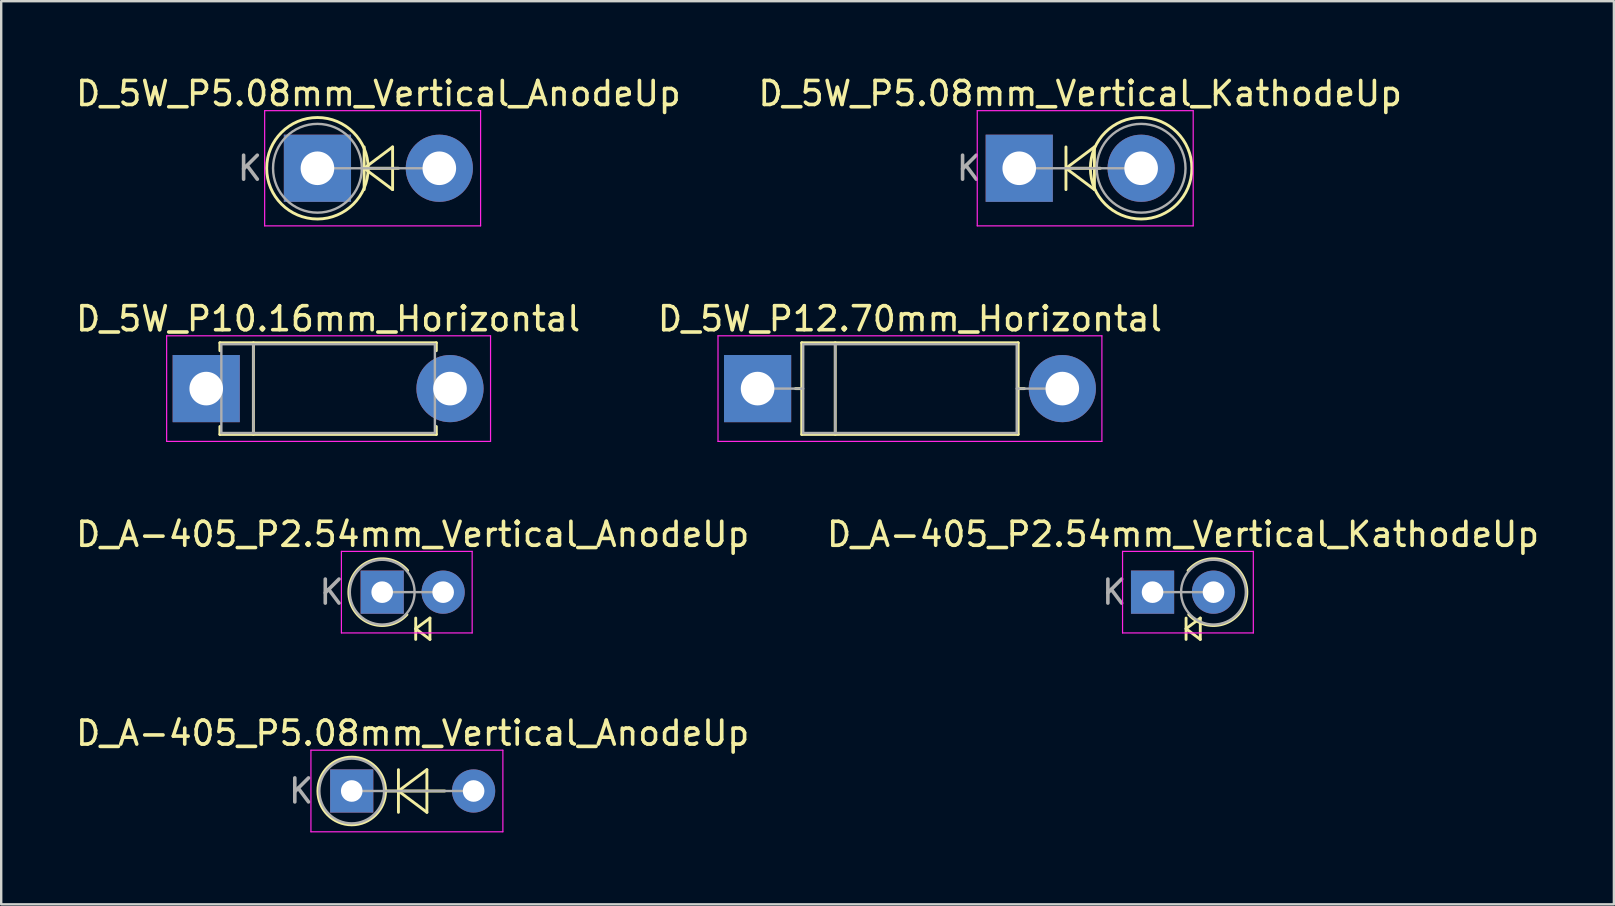
<source format=kicad_pcb>
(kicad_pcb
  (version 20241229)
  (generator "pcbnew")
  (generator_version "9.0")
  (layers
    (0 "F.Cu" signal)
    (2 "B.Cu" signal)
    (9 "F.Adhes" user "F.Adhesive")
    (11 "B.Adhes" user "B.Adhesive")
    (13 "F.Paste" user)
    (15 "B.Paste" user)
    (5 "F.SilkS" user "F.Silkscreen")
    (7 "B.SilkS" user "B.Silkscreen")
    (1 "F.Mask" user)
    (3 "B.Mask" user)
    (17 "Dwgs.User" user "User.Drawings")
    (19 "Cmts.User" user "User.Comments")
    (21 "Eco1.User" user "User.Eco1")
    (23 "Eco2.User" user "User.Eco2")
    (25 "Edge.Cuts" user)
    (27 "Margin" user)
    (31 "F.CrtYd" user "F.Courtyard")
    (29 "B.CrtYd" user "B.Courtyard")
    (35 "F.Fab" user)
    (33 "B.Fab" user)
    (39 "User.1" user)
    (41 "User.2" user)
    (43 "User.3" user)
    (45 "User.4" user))
  (footprint "D_A-405_P2.54mm_Vertical_KathodeUp"
    (layer "F.Cu")
    (at 44.986 21.63)
    (property "Reference" "D_A-405_P2.54mm_Vertical_KathodeUp" (at 1.27 -2.41 0) (layer "F.SilkS") (effects (font (size 1 1) (thickness 0.15))))
    (attr through_hole)
    (fp_line (start 1.397 1.08) (end 1.397 1.969) (stroke (width 0.12) (type solid)) (layer "F.SilkS"))
    (fp_line (start 1.397 1.524) (end 1.99 1.08) (stroke (width 0.12) (type solid)) (layer "F.SilkS"))
    (fp_line (start 1.99 1.08) (end 1.99 1.969) (stroke (width 0.12) (type solid)) (layer "F.SilkS"))
    (fp_line (start 1.99 1.969) (end 1.397 1.524) (stroke (width 0.12) (type solid)) (layer "F.SilkS"))
    (fp_arc (start 1.480189 -0.9) (mid 3.930219 -0.022126) (end 1.509367 0.933271) (stroke (width 0.12) (type solid)) (layer "F.SilkS"))
    (fp_line (start -1.25 -1.7) (end -1.25 1.7) (stroke (width 0.05) (type solid)) (layer "F.CrtYd"))
    (fp_line (start -1.25 1.7) (end 4.2 1.7) (stroke (width 0.05) (type solid)) (layer "F.CrtYd"))
    (fp_line (start 4.2 -1.7) (end -1.25 -1.7) (stroke (width 0.05) (type solid)) (layer "F.CrtYd"))
    (fp_line (start 4.2 1.7) (end 4.2 -1.7) (stroke (width 0.05) (type solid)) (layer "F.CrtYd"))
    (fp_line (start 0 0) (end 2.54 0) (stroke (width 0.1) (type solid)) (layer "F.Fab"))
    (fp_circle (center 2.54 0) (end 3.89 0) (stroke (width 0.1) (type solid)) (fill no) (layer "F.Fab"))
    (fp_text user "K" (at -1.6 0 0) (layer "F.Fab") (effects (font (size 1 1) (thickness 0.15))))
    (pad "1" thru_hole rect (at 0 0) (size 1.8 1.8) (drill 0.9) (layers "*.Cu" "*.Mask"))
    (pad "2" thru_hole oval (at 2.54 0) (size 1.8 1.8) (drill 0.9) (layers "*.Cu" "*.Mask")))
  (footprint "D_A-405_P5.08mm_Vertical_AnodeUp"
    (layer "F.Cu")
    (at 11.609 29.917)
    (property "Reference" "D_A-405_P5.08mm_Vertical_AnodeUp" (at 2.54 -2.41 0) (layer "F.SilkS") (effects (font (size 1 1) (thickness 0.15))))
    (attr through_hole)
    (fp_line (start 1.41 0) (end 3.88 0) (stroke (width 0.12) (type solid)) (layer "F.SilkS"))
    (fp_line (start 1.947 -0.889) (end 1.947 0.889) (stroke (width 0.12) (type solid)) (layer "F.SilkS"))
    (fp_line (start 1.947 0) (end 3.133 -0.889) (stroke (width 0.12) (type solid)) (layer "F.SilkS"))
    (fp_line (start 3.133 -0.889) (end 3.133 0.889) (stroke (width 0.12) (type solid)) (layer "F.SilkS"))
    (fp_line (start 3.133 0.889) (end 1.947 0) (stroke (width 0.12) (type solid)) (layer "F.SilkS"))
    (fp_circle (center 0 0) (end 1.41 0) (stroke (width 0.12) (type solid)) (fill no) (layer "F.SilkS"))
    (fp_line (start -1.7 -1.7) (end -1.7 1.7) (stroke (width 0.05) (type solid)) (layer "F.CrtYd"))
    (fp_line (start -1.7 1.7) (end 6.3 1.7) (stroke (width 0.05) (type solid)) (layer "F.CrtYd"))
    (fp_line (start 6.3 -1.7) (end -1.7 -1.7) (stroke (width 0.05) (type solid)) (layer "F.CrtYd"))
    (fp_line (start 6.3 1.7) (end 6.3 -1.7) (stroke (width 0.05) (type solid)) (layer "F.CrtYd"))
    (fp_line (start 0 0) (end 5.08 0) (stroke (width 0.1) (type solid)) (layer "F.Fab"))
    (fp_circle (center 0 0) (end 1.35 0) (stroke (width 0.1) (type solid)) (fill no) (layer "F.Fab"))
    (fp_text user "K" (at -2.11 0 0) (layer "F.Fab") (effects (font (size 1 1) (thickness 0.15))))
    (pad "1" thru_hole rect (at 0 0) (size 1.8 1.8) (drill 0.9) (layers "*.Cu" "*.Mask"))
    (pad "2" thru_hole oval (at 5.08 0) (size 1.8 1.8) (drill 0.9) (layers "*.Cu" "*.Mask")))
  (footprint "D_5W_P5.08mm_Vertical_KathodeUp"
    (layer "F.Cu")
    (at 39.43 3.963)
    (property "Reference" "D_5W_P5.08mm_Vertical_KathodeUp" (at 2.54 -3.115 0) (layer "F.SilkS") (effects (font (size 1 1) (thickness 0.15))))
    (attr through_hole)
    (fp_line (start 1.947 -0.889) (end 1.947 0.889) (stroke (width 0.12) (type solid)) (layer "F.SilkS"))
    (fp_line (start 1.947 0) (end 3.133 -0.889) (stroke (width 0.12) (type solid)) (layer "F.SilkS"))
    (fp_line (start 2.115 0) (end 3.38 0) (stroke (width 0.12) (type solid)) (layer "F.SilkS"))
    (fp_line (start 3.133 -0.889) (end 3.133 0.889) (stroke (width 0.12) (type solid)) (layer "F.SilkS"))
    (fp_line (start 3.133 0.889) (end 1.947 0) (stroke (width 0.12) (type solid)) (layer "F.SilkS"))
    (fp_circle (center 5.08 0) (end 7.195 0) (stroke (width 0.12) (type solid)) (fill no) (layer "F.SilkS"))
    (fp_line (start -1.75 -2.4) (end -1.75 2.4) (stroke (width 0.05) (type solid)) (layer "F.CrtYd"))
    (fp_line (start -1.75 2.4) (end 7.25 2.4) (stroke (width 0.05) (type solid)) (layer "F.CrtYd"))
    (fp_line (start 7.25 -2.4) (end -1.75 -2.4) (stroke (width 0.05) (type solid)) (layer "F.CrtYd"))
    (fp_line (start 7.25 2.4) (end 7.25 -2.4) (stroke (width 0.05) (type solid)) (layer "F.CrtYd"))
    (fp_line (start 0 0) (end 5.08 0) (stroke (width 0.1) (type solid)) (layer "F.Fab"))
    (fp_circle (center 5.08 0) (end 6.93 0) (stroke (width 0.1) (type solid)) (fill no) (layer "F.Fab"))
    (fp_text user "K" (at -2.1 0 0) (layer "F.Fab") (effects (font (size 1 1) (thickness 0.15))))
    (pad "1" thru_hole rect (at 0 0) (size 2.8 2.8) (drill 1.4) (layers "*.Cu" "*.Mask"))
    (pad "2" thru_hole oval (at 5.08 0) (size 2.8 2.8) (drill 1.4) (layers "*.Cu" "*.Mask")))
  (footprint "D_5W_P12.70mm_Horizontal"
    (layer "F.Cu")
    (at 28.525 13.146)
    (property "Reference" "D_5W_P12.70mm_Horizontal" (at 6.35 -2.91 0) (layer "F.SilkS") (effects (font (size 1 1) (thickness 0.15))))
    (attr through_hole)
    (fp_line (start 1.58 0) (end 1.84 0) (stroke (width 0.12) (type solid)) (layer "F.SilkS"))
    (fp_line (start 1.84 -1.91) (end 1.84 1.91) (stroke (width 0.12) (type solid)) (layer "F.SilkS"))
    (fp_line (start 1.84 1.91) (end 10.86 1.91) (stroke (width 0.12) (type solid)) (layer "F.SilkS"))
    (fp_line (start 3.235 -1.91) (end 3.235 1.91) (stroke (width 0.12) (type solid)) (layer "F.SilkS"))
    (fp_line (start 10.86 -1.91) (end 1.84 -1.91) (stroke (width 0.12) (type solid)) (layer "F.SilkS"))
    (fp_line (start 10.86 1.91) (end 10.86 -1.91) (stroke (width 0.12) (type solid)) (layer "F.SilkS"))
    (fp_line (start 11.12 0) (end 10.86 0) (stroke (width 0.12) (type solid)) (layer "F.SilkS"))
    (fp_line (start -1.65 -2.2) (end -1.65 2.2) (stroke (width 0.05) (type solid)) (layer "F.CrtYd"))
    (fp_line (start -1.65 2.2) (end 14.35 2.2) (stroke (width 0.05) (type solid)) (layer "F.CrtYd"))
    (fp_line (start 14.35 -2.2) (end -1.65 -2.2) (stroke (width 0.05) (type solid)) (layer "F.CrtYd"))
    (fp_line (start 14.35 2.2) (end 14.35 -2.2) (stroke (width 0.05) (type solid)) (layer "F.CrtYd"))
    (fp_line (start 0 0) (end 1.9 0) (stroke (width 0.1) (type solid)) (layer "F.Fab"))
    (fp_line (start 1.9 -1.85) (end 1.9 1.85) (stroke (width 0.1) (type solid)) (layer "F.Fab"))
    (fp_line (start 1.9 1.85) (end 10.8 1.85) (stroke (width 0.1) (type solid)) (layer "F.Fab"))
    (fp_line (start 3.235 -1.85) (end 3.235 1.85) (stroke (width 0.1) (type solid)) (layer "F.Fab"))
    (fp_line (start 10.8 -1.85) (end 1.9 -1.85) (stroke (width 0.1) (type solid)) (layer "F.Fab"))
    (fp_line (start 10.8 1.85) (end 10.8 -1.85) (stroke (width 0.1) (type solid)) (layer "F.Fab"))
    (fp_line (start 12.7 0) (end 10.8 0) (stroke (width 0.1) (type solid)) (layer "F.Fab"))
    (pad "1" thru_hole rect (at 0 0) (size 2.8 2.8) (drill 1.4) (layers "*.Cu" "*.Mask"))
    (pad "2" thru_hole oval (at 12.7 0) (size 2.8 2.8) (drill 1.4) (layers "*.Cu" "*.Mask")))
  (footprint "D_5W_P10.16mm_Horizontal"
    (layer "F.Cu")
    (at 5.545 13.146)
    (property "Reference" "D_5W_P10.16mm_Horizontal" (at 5.08 -2.91 0) (layer "F.SilkS") (effects (font (size 1 1) (thickness 0.15))))
    (attr through_hole)
    (fp_line (start 0.57 -1.91) (end 9.59 -1.91) (stroke (width 0.12) (type solid)) (layer "F.SilkS"))
    (fp_line (start 0.57 -1.58) (end 0.57 -1.91) (stroke (width 0.12) (type solid)) (layer "F.SilkS"))
    (fp_line (start 0.57 1.58) (end 0.57 1.91) (stroke (width 0.12) (type solid)) (layer "F.SilkS"))
    (fp_line (start 0.57 1.91) (end 9.59 1.91) (stroke (width 0.12) (type solid)) (layer "F.SilkS"))
    (fp_line (start 1.965 -1.91) (end 1.965 1.91) (stroke (width 0.12) (type solid)) (layer "F.SilkS"))
    (fp_line (start 9.59 -1.91) (end 9.59 -1.58) (stroke (width 0.12) (type solid)) (layer "F.SilkS"))
    (fp_line (start 9.59 1.91) (end 9.59 1.58) (stroke (width 0.12) (type solid)) (layer "F.SilkS"))
    (fp_line (start -1.65 -2.2) (end -1.65 2.2) (stroke (width 0.05) (type solid)) (layer "F.CrtYd"))
    (fp_line (start -1.65 2.2) (end 11.85 2.2) (stroke (width 0.05) (type solid)) (layer "F.CrtYd"))
    (fp_line (start 11.85 -2.2) (end -1.65 -2.2) (stroke (width 0.05) (type solid)) (layer "F.CrtYd"))
    (fp_line (start 11.85 2.2) (end 11.85 -2.2) (stroke (width 0.05) (type solid)) (layer "F.CrtYd"))
    (fp_line (start 0 0) (end 0.63 0) (stroke (width 0.1) (type solid)) (layer "F.Fab"))
    (fp_line (start 0.63 -1.85) (end 0.63 1.85) (stroke (width 0.1) (type solid)) (layer "F.Fab"))
    (fp_line (start 0.63 1.85) (end 9.53 1.85) (stroke (width 0.1) (type solid)) (layer "F.Fab"))
    (fp_line (start 1.965 -1.85) (end 1.965 1.85) (stroke (width 0.1) (type solid)) (layer "F.Fab"))
    (fp_line (start 9.53 -1.85) (end 0.63 -1.85) (stroke (width 0.1) (type solid)) (layer "F.Fab"))
    (fp_line (start 9.53 1.85) (end 9.53 -1.85) (stroke (width 0.1) (type solid)) (layer "F.Fab"))
    (fp_line (start 10.16 0) (end 9.53 0) (stroke (width 0.1) (type solid)) (layer "F.Fab"))
    (pad "1" thru_hole rect (at 0 0) (size 2.8 2.8) (drill 1.4) (layers "*.Cu" "*.Mask"))
    (pad "2" thru_hole oval (at 10.16 0) (size 2.8 2.8) (drill 1.4) (layers "*.Cu" "*.Mask")))
  (footprint "D_A-405_P2.54mm_Vertical_AnodeUp"
    (layer "F.Cu")
    (at 12.879 21.63)
    (property "Reference" "D_A-405_P2.54mm_Vertical_AnodeUp" (at 1.27 -2.41 0) (layer "F.SilkS") (effects (font (size 1 1) (thickness 0.15))))
    (attr through_hole)
    (fp_line (start 1.397 1.08) (end 1.397 1.969) (stroke (width 0.12) (type solid)) (layer "F.SilkS"))
    (fp_line (start 1.397 1.524) (end 1.99 1.08) (stroke (width 0.12) (type solid)) (layer "F.SilkS"))
    (fp_line (start 1.99 1.08) (end 1.99 1.969) (stroke (width 0.12) (type solid)) (layer "F.SilkS"))
    (fp_line (start 1.99 1.969) (end 1.397 1.524) (stroke (width 0.12) (type solid)) (layer "F.SilkS"))
    (fp_arc (start 1.030633 0.933271) (mid -1.390219 -0.022126) (end 1.059811 -0.9) (stroke (width 0.12) (type solid)) (layer "F.SilkS"))
    (fp_line (start -1.7 -1.7) (end -1.7 1.7) (stroke (width 0.05) (type solid)) (layer "F.CrtYd"))
    (fp_line (start -1.7 1.7) (end 3.75 1.7) (stroke (width 0.05) (type solid)) (layer "F.CrtYd"))
    (fp_line (start 3.75 -1.7) (end -1.7 -1.7) (stroke (width 0.05) (type solid)) (layer "F.CrtYd"))
    (fp_line (start 3.75 1.7) (end 3.75 -1.7) (stroke (width 0.05) (type solid)) (layer "F.CrtYd"))
    (fp_line (start 0 0) (end 2.54 0) (stroke (width 0.1) (type solid)) (layer "F.Fab"))
    (fp_circle (center 0 0) (end 1.35 0) (stroke (width 0.1) (type solid)) (fill no) (layer "F.Fab"))
    (fp_text user "K" (at -2.11 0 0) (layer "F.Fab") (effects (font (size 1 1) (thickness 0.15))))
    (pad "1" thru_hole rect (at 0 0) (size 1.8 1.8) (drill 0.9) (layers "*.Cu" "*.Mask"))
    (pad "2" thru_hole oval (at 2.54 0) (size 1.8 1.8) (drill 0.9) (layers "*.Cu" "*.Mask")))
  (footprint "D_5W_P5.08mm_Vertical_AnodeUp"
    (layer "F.Cu")
    (at 10.18 3.963)
    (property "Reference" "D_5W_P5.08mm_Vertical_AnodeUp" (at 2.54 -3.115 0) (layer "F.SilkS") (effects (font (size 1 1) (thickness 0.15))))
    (attr through_hole)
    (fp_line (start 1.947 -0.889) (end 1.947 0.889) (stroke (width 0.12) (type solid)) (layer "F.SilkS"))
    (fp_line (start 1.947 0) (end 3.133 -0.889) (stroke (width 0.12) (type solid)) (layer "F.SilkS"))
    (fp_line (start 2.115 0) (end 3.38 0) (stroke (width 0.12) (type solid)) (layer "F.SilkS"))
    (fp_line (start 3.133 -0.889) (end 3.133 0.889) (stroke (width 0.12) (type solid)) (layer "F.SilkS"))
    (fp_line (start 3.133 0.889) (end 1.947 0) (stroke (width 0.12) (type solid)) (layer "F.SilkS"))
    (fp_circle (center 0 0) (end 2.115 0) (stroke (width 0.12) (type solid)) (fill no) (layer "F.SilkS"))
    (fp_line (start -2.2 -2.4) (end -2.2 2.4) (stroke (width 0.05) (type solid)) (layer "F.CrtYd"))
    (fp_line (start -2.2 2.4) (end 6.8 2.4) (stroke (width 0.05) (type solid)) (layer "F.CrtYd"))
    (fp_line (start 6.8 -2.4) (end -2.2 -2.4) (stroke (width 0.05) (type solid)) (layer "F.CrtYd"))
    (fp_line (start 6.8 2.4) (end 6.8 -2.4) (stroke (width 0.05) (type solid)) (layer "F.CrtYd"))
    (fp_line (start 0 0) (end 5.08 0) (stroke (width 0.1) (type solid)) (layer "F.Fab"))
    (fp_circle (center 0 0) (end 1.85 0) (stroke (width 0.1) (type solid)) (fill no) (layer "F.Fab"))
    (fp_text user "K" (at -2.815 0 0) (layer "F.Fab") (effects (font (size 1 1) (thickness 0.15))))
    (pad "1" thru_hole rect (at 0 0) (size 2.8 2.8) (drill 1.4) (layers "*.Cu" "*.Mask"))
    (pad "2" thru_hole oval (at 5.08 0) (size 2.8 2.8) (drill 1.4) (layers "*.Cu" "*.Mask")))
  (gr_rect
    (start -3 -3)
    (end 64.214 34.642)
    (stroke (width 0.1) (type default))
    (fill no)
    (layer "Edge.Cuts")))
</source>
